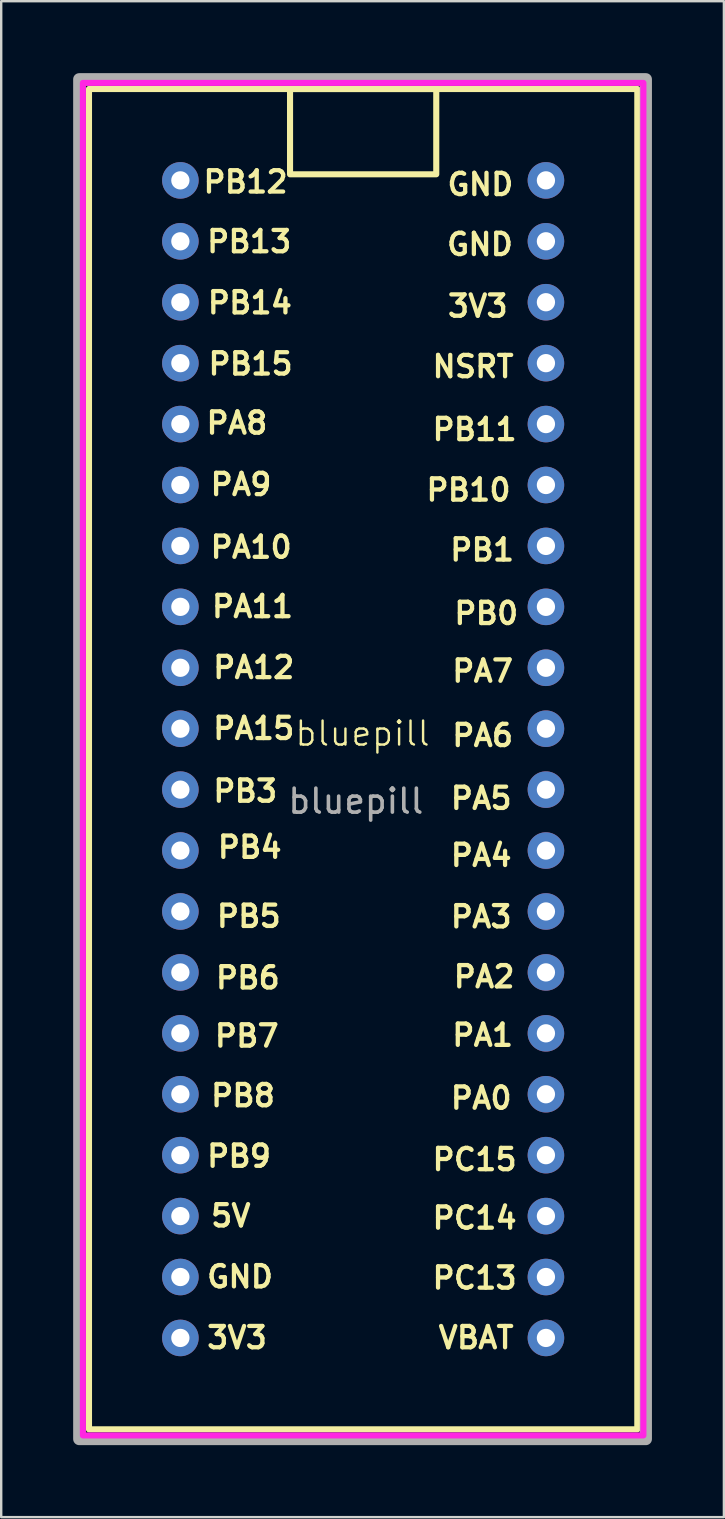
<source format=kicad_pcb>
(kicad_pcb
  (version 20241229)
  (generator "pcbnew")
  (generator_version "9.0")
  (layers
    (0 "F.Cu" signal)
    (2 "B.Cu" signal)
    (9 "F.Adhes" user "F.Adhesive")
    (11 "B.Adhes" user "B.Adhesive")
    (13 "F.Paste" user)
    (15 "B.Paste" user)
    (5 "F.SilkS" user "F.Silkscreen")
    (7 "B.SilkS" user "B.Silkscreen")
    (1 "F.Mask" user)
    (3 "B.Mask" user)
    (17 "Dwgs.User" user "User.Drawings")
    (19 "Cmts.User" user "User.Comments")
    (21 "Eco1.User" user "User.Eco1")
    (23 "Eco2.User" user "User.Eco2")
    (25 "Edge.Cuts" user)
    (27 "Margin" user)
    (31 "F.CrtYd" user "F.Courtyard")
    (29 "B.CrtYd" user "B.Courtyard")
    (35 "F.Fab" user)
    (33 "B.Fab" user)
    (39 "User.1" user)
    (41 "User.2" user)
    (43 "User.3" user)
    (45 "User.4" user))
  (footprint "bluepill"
    (layer "F.Cu")
    (at 4.47 4.47)
    (property "Reference" "bluepill" (at 7.595 23.063 0) (unlocked yes) (layer "F.SilkS") (effects (font (size 1 1) (thickness 0.1))))
    (attr through_hole)
    (fp_rect (start -3.81 -3.81) (end 19.05 52.07) (stroke (width 0.254) (type default)) (fill no) (layer "F.SilkS"))
    (fp_rect (start 4.572 -3.81) (end 10.668 -0.254) (stroke (width 0.254) (type default)) (fill no) (layer "F.SilkS"))
    (fp_rect (start -4.064 -4.064) (end 19.304 52.324) (stroke (width 0.254) (type default)) (fill no) (layer "F.CrtYd"))
    (fp_rect (start -4.216 -4.216) (end 19.406 52.476) (stroke (width 0.508) (type default)) (fill no) (layer "F.Fab"))
    (fp_text user "VBAT" (at 10.668 48.768 0) (unlocked yes) (layer "F.SilkS") (effects (font (size 0.889 0.889) (thickness 0.178) (bold yes)) (justify left bottom)))
    (fp_text user "PB0" (at 11.323 18.573 0) (unlocked yes) (layer "F.SilkS") (effects (font (size 0.889 0.889) (thickness 0.178) (bold yes)) (justify left bottom)))
    (fp_text user "5V" (at 1.181 43.688 0) (unlocked yes) (layer "F.SilkS") (effects (font (size 0.889 0.889) (thickness 0.178) (bold yes)) (justify left bottom)))
    (fp_text user "PC15" (at 10.414 41.342 0) (unlocked yes) (layer "F.SilkS") (effects (font (size 0.889 0.889) (thickness 0.178) (bold yes)) (justify left bottom)))
    (fp_text user "PB9" (at 1.016 41.202 0) (unlocked yes) (layer "F.SilkS") (effects (font (size 0.889 0.889) (thickness 0.178) (bold yes)) (justify left bottom)))
    (fp_text user "PA5" (at 11.176 26.283 0) (unlocked yes) (layer "F.SilkS") (effects (font (size 0.889 0.889) (thickness 0.178) (bold yes)) (justify left bottom)))
    (fp_text user "3V3" (at 1.016 48.768 0) (unlocked yes) (layer "F.SilkS") (effects (font (size 0.889 0.889) (thickness 0.178) (bold yes)) (justify left bottom)))
    (fp_text user "PA4" (at 11.176 28.661 0) (unlocked yes) (layer "F.SilkS") (effects (font (size 0.889 0.889) (thickness 0.178) (bold yes)) (justify left bottom)))
    (fp_text user "PA10" (at 1.161 15.813 0) (unlocked yes) (layer "F.SilkS") (effects (font (size 0.889 0.889) (thickness 0.178) (bold yes)) (justify left bottom)))
    (fp_text user "PA11" (at 1.218 18.288 0) (unlocked yes) (layer "F.SilkS") (effects (font (size 0.889 0.889) (thickness 0.178) (bold yes)) (justify left bottom)))
    (fp_text user "GND" (at 11.036 0.69 0) (unlocked yes) (layer "F.SilkS") (effects (font (size 0.889 0.889) (thickness 0.178) (bold yes)) (justify left bottom)))
    (fp_text user "GND" (at 1.016 46.228 0) (unlocked yes) (layer "F.SilkS") (effects (font (size 0.889 0.889) (thickness 0.178) (bold yes)) (justify left bottom)))
    (fp_text user "PB6" (at 1.383 33.766 0) (unlocked yes) (layer "F.SilkS") (effects (font (size 0.889 0.889) (thickness 0.178) (bold yes)) (justify left bottom)))
    (fp_text user "PA3" (at 11.176 31.221 0) (unlocked yes) (layer "F.SilkS") (effects (font (size 0.889 0.889) (thickness 0.178) (bold yes)) (justify left bottom)))
    (fp_text user "PB7" (at 1.339 36.191 0) (unlocked yes) (layer "F.SilkS") (effects (font (size 0.889 0.889) (thickness 0.178) (bold yes)) (justify left bottom)))
    (fp_text user "PB1" (at 11.152 15.927 0) (unlocked yes) (layer "F.SilkS") (effects (font (size 0.889 0.889) (thickness 0.178) (bold yes)) (justify left bottom)))
    (fp_text user "PA9" (at 1.161 13.199 0) (unlocked yes) (layer "F.SilkS") (effects (font (size 0.889 0.889) (thickness 0.178) (bold yes)) (justify left bottom)))
    (fp_text user "PB15" (at 1.073 8.172 0) (unlocked yes) (layer "F.SilkS") (effects (font (size 0.889 0.889) (thickness 0.178) (bold yes)) (justify left bottom)))
    (fp_text user "PA2" (at 11.298 33.721 0) (unlocked yes) (layer "F.SilkS") (effects (font (size 0.889 0.889) (thickness 0.178) (bold yes)) (justify left bottom)))
    (fp_text user "PA6" (at 11.237 23.662 0) (unlocked yes) (layer "F.SilkS") (effects (font (size 0.889 0.889) (thickness 0.178) (bold yes)) (justify left bottom)))
    (fp_text user "PB3" (at 1.275 25.982 0) (unlocked yes) (layer "F.SilkS") (effects (font (size 0.889 0.889) (thickness 0.178) (bold yes)) (justify left bottom)))
    (fp_text user "PB8" (at 1.181 38.677 0) (unlocked yes) (layer "F.SilkS") (effects (font (size 0.889 0.889) (thickness 0.178) (bold yes)) (justify left bottom)))
    (fp_text user "PC13" (at 10.414 46.281 0) (unlocked yes) (layer "F.SilkS") (effects (font (size 0.889 0.889) (thickness 0.178) (bold yes)) (justify left bottom)))
    (fp_text user "PA12" (at 1.27 20.828 0) (unlocked yes) (layer "F.SilkS") (effects (font (size 0.889 0.889) (thickness 0.178) (bold yes)) (justify left bottom)))
    (fp_text user "3V3" (at 11.053 5.761 0) (unlocked yes) (layer "F.SilkS") (effects (font (size 0.889 0.889) (thickness 0.178) (bold yes)) (justify left bottom)))
    (fp_text user "PB11" (at 10.414 10.905 0) (unlocked yes) (layer "F.SilkS") (effects (font (size 0.889 0.889) (thickness 0.178) (bold yes)) (justify left bottom)))
    (fp_text user "PA0" (at 11.176 38.781 0) (unlocked yes) (layer "F.SilkS") (effects (font (size 0.889 0.889) (thickness 0.178) (bold yes)) (justify left bottom)))
    (fp_text user "PB12" (at 0.864 0.584 0) (unlocked yes) (layer "F.SilkS") (effects (font (size 0.889 0.889) (thickness 0.178) (bold yes)) (justify left bottom)))
    (fp_text user "PA7" (at 11.237 20.979 0) (unlocked yes) (layer "F.SilkS") (effects (font (size 0.889 0.889) (thickness 0.178) (bold yes)) (justify left bottom)))
    (fp_text user "PB10" (at 10.16 13.428 0) (unlocked yes) (layer "F.SilkS") (effects (font (size 0.889 0.889) (thickness 0.178) (bold yes)) (justify left bottom)))
    (fp_text user "PA8" (at 0.991 10.637 0) (unlocked yes) (layer "F.SilkS") (effects (font (size 0.889 0.889) (thickness 0.178) (bold yes)) (justify left bottom)))
    (fp_text user "PB5" (at 1.423 31.202 0) (unlocked yes) (layer "F.SilkS") (effects (font (size 0.889 0.889) (thickness 0.178) (bold yes)) (justify left bottom)))
    (fp_text user "PA15" (at 1.27 23.368 0) (unlocked yes) (layer "F.SilkS") (effects (font (size 0.889 0.889) (thickness 0.178) (bold yes)) (justify left bottom)))
    (fp_text user "GND" (at 11.019 3.191 0) (unlocked yes) (layer "F.SilkS") (effects (font (size 0.889 0.889) (thickness 0.178) (bold yes)) (justify left bottom)))
    (fp_text user "PB14" (at 1.045 5.623 0) (unlocked yes) (layer "F.SilkS") (effects (font (size 0.889 0.889) (thickness 0.178) (bold yes)) (justify left bottom)))
    (fp_text user "NSRT" (at 10.414 8.283 0) (unlocked yes) (layer "F.SilkS") (effects (font (size 0.889 0.889) (thickness 0.178) (bold yes)) (justify left bottom)))
    (fp_text user "PB13" (at 1.016 3.073 0) (unlocked yes) (layer "F.SilkS") (effects (font (size 0.889 0.889) (thickness 0.178) (bold yes)) (justify left bottom)))
    (fp_text user "PC14" (at 10.414 43.782 0) (unlocked yes) (layer "F.SilkS") (effects (font (size 0.889 0.889) (thickness 0.178) (bold yes)) (justify left bottom)))
    (fp_text user "PA1" (at 11.237 36.159 0) (unlocked yes) (layer "F.SilkS") (effects (font (size 0.889 0.889) (thickness 0.178) (bold yes)) (justify left bottom)))
    (fp_text user "PB4" (at 1.462 28.322 0) (unlocked yes) (layer "F.SilkS") (effects (font (size 0.889 0.889) (thickness 0.178) (bold yes)) (justify left bottom)))
    (fp_text user "${REFERENCE}" (at 7.315 25.883 0) (unlocked yes) (layer "F.Fab") (effects (font (size 1 1) (thickness 0.15))))
    (pad "1" thru_hole circle (at 0 0) (size 1.524 1.524) (drill 0.762) (layers "*.Cu" "*.Mask"))
    (pad "2" thru_hole circle (at 0 2.54) (size 1.524 1.524) (drill 0.762) (layers "*.Cu" "*.Mask"))
    (pad "3" thru_hole circle (at 0 5.08) (size 1.524 1.524) (drill 0.762) (layers "*.Cu" "*.Mask"))
    (pad "4" thru_hole circle (at 0 7.62) (size 1.524 1.524) (drill 0.762) (layers "*.Cu" "*.Mask"))
    (pad "5" thru_hole circle (at 0 10.16) (size 1.524 1.524) (drill 0.762) (layers "*.Cu" "*.Mask"))
    (pad "6" thru_hole circle (at 0 12.7) (size 1.524 1.524) (drill 0.762) (layers "*.Cu" "*.Mask"))
    (pad "7" thru_hole circle (at 0 15.24) (size 1.524 1.524) (drill 0.762) (layers "*.Cu" "*.Mask"))
    (pad "8" thru_hole circle (at 0 17.78) (size 1.524 1.524) (drill 0.762) (layers "*.Cu" "*.Mask"))
    (pad "9" thru_hole circle (at 0 20.32) (size 1.524 1.524) (drill 0.762) (layers "*.Cu" "*.Mask"))
    (pad "10" thru_hole circle (at 0 22.86) (size 1.524 1.524) (drill 0.762) (layers "*.Cu" "*.Mask"))
    (pad "11" thru_hole circle (at 0 25.4) (size 1.524 1.524) (drill 0.762) (layers "*.Cu" "*.Mask"))
    (pad "12" thru_hole circle (at 0 27.94) (size 1.524 1.524) (drill 0.762) (layers "*.Cu" "*.Mask"))
    (pad "13" thru_hole circle (at 0 30.48) (size 1.524 1.524) (drill 0.762) (layers "*.Cu" "*.Mask"))
    (pad "14" thru_hole circle (at 0 33.02) (size 1.524 1.524) (drill 0.762) (layers "*.Cu" "*.Mask"))
    (pad "15" thru_hole circle (at 0 35.56) (size 1.524 1.524) (drill 0.762) (layers "*.Cu" "*.Mask"))
    (pad "16" thru_hole circle (at 0 38.1) (size 1.524 1.524) (drill 0.762) (layers "*.Cu" "*.Mask"))
    (pad "17" thru_hole circle (at 0 40.64) (size 1.524 1.524) (drill 0.762) (layers "*.Cu" "*.Mask"))
    (pad "18" thru_hole circle (at 0 43.18) (size 1.524 1.524) (drill 0.762) (layers "*.Cu" "*.Mask"))
    (pad "19" thru_hole circle (at 0 45.72) (size 1.524 1.524) (drill 0.762) (layers "*.Cu" "*.Mask"))
    (pad "20" thru_hole circle (at 0 48.26) (size 1.524 1.524) (drill 0.762) (layers "*.Cu" "*.Mask"))
    (pad "21" thru_hole circle (at 15.24 48.26) (size 1.524 1.524) (drill 0.762) (layers "*.Cu" "*.Mask"))
    (pad "22" thru_hole circle (at 15.24 45.72) (size 1.524 1.524) (drill 0.762) (layers "*.Cu" "*.Mask"))
    (pad "23" thru_hole circle (at 15.24 43.18) (size 1.524 1.524) (drill 0.762) (layers "*.Cu" "*.Mask"))
    (pad "24" thru_hole circle (at 15.24 40.64) (size 1.524 1.524) (drill 0.762) (layers "*.Cu" "*.Mask"))
    (pad "25" thru_hole circle (at 15.24 38.1) (size 1.524 1.524) (drill 0.762) (layers "*.Cu" "*.Mask"))
    (pad "26" thru_hole circle (at 15.24 35.56) (size 1.524 1.524) (drill 0.762) (layers "*.Cu" "*.Mask"))
    (pad "27" thru_hole circle (at 15.24 33.02) (size 1.524 1.524) (drill 0.762) (layers "*.Cu" "*.Mask"))
    (pad "28" thru_hole circle (at 15.24 30.48) (size 1.524 1.524) (drill 0.762) (layers "*.Cu" "*.Mask"))
    (pad "29" thru_hole circle (at 15.24 27.94) (size 1.524 1.524) (drill 0.762) (layers "*.Cu" "*.Mask"))
    (pad "30" thru_hole circle (at 15.24 25.4) (size 1.524 1.524) (drill 0.762) (layers "*.Cu" "*.Mask"))
    (pad "31" thru_hole circle (at 15.24 22.86) (size 1.524 1.524) (drill 0.762) (layers "*.Cu" "*.Mask"))
    (pad "32" thru_hole circle (at 15.24 20.32) (size 1.524 1.524) (drill 0.762) (layers "*.Cu" "*.Mask"))
    (pad "33" thru_hole circle (at 15.24 17.78) (size 1.524 1.524) (drill 0.762) (layers "*.Cu" "*.Mask"))
    (pad "34" thru_hole circle (at 15.24 15.24) (size 1.524 1.524) (drill 0.762) (layers "*.Cu" "*.Mask"))
    (pad "35" thru_hole circle (at 15.24 12.7) (size 1.524 1.524) (drill 0.762) (layers "*.Cu" "*.Mask"))
    (pad "36" thru_hole circle (at 15.24 10.16) (size 1.524 1.524) (drill 0.762) (layers "*.Cu" "*.Mask"))
    (pad "37" thru_hole circle (at 15.24 7.62) (size 1.524 1.524) (drill 0.762) (layers "*.Cu" "*.Mask"))
    (pad "38" thru_hole circle (at 15.24 5.08) (size 1.524 1.524) (drill 0.762) (layers "*.Cu" "*.Mask"))
    (pad "39" thru_hole circle (at 15.24 2.54) (size 1.524 1.524) (drill 0.762) (layers "*.Cu" "*.Mask"))
    (pad "40" thru_hole circle (at 15.24 0) (size 1.524 1.524) (drill 0.762) (layers "*.Cu" "*.Mask")))
  (gr_rect
    (start -3 -3)
    (end 27.13 60.201)
    (stroke (width 0.1) (type default))
    (fill no)
    (layer "Edge.Cuts")))
</source>
